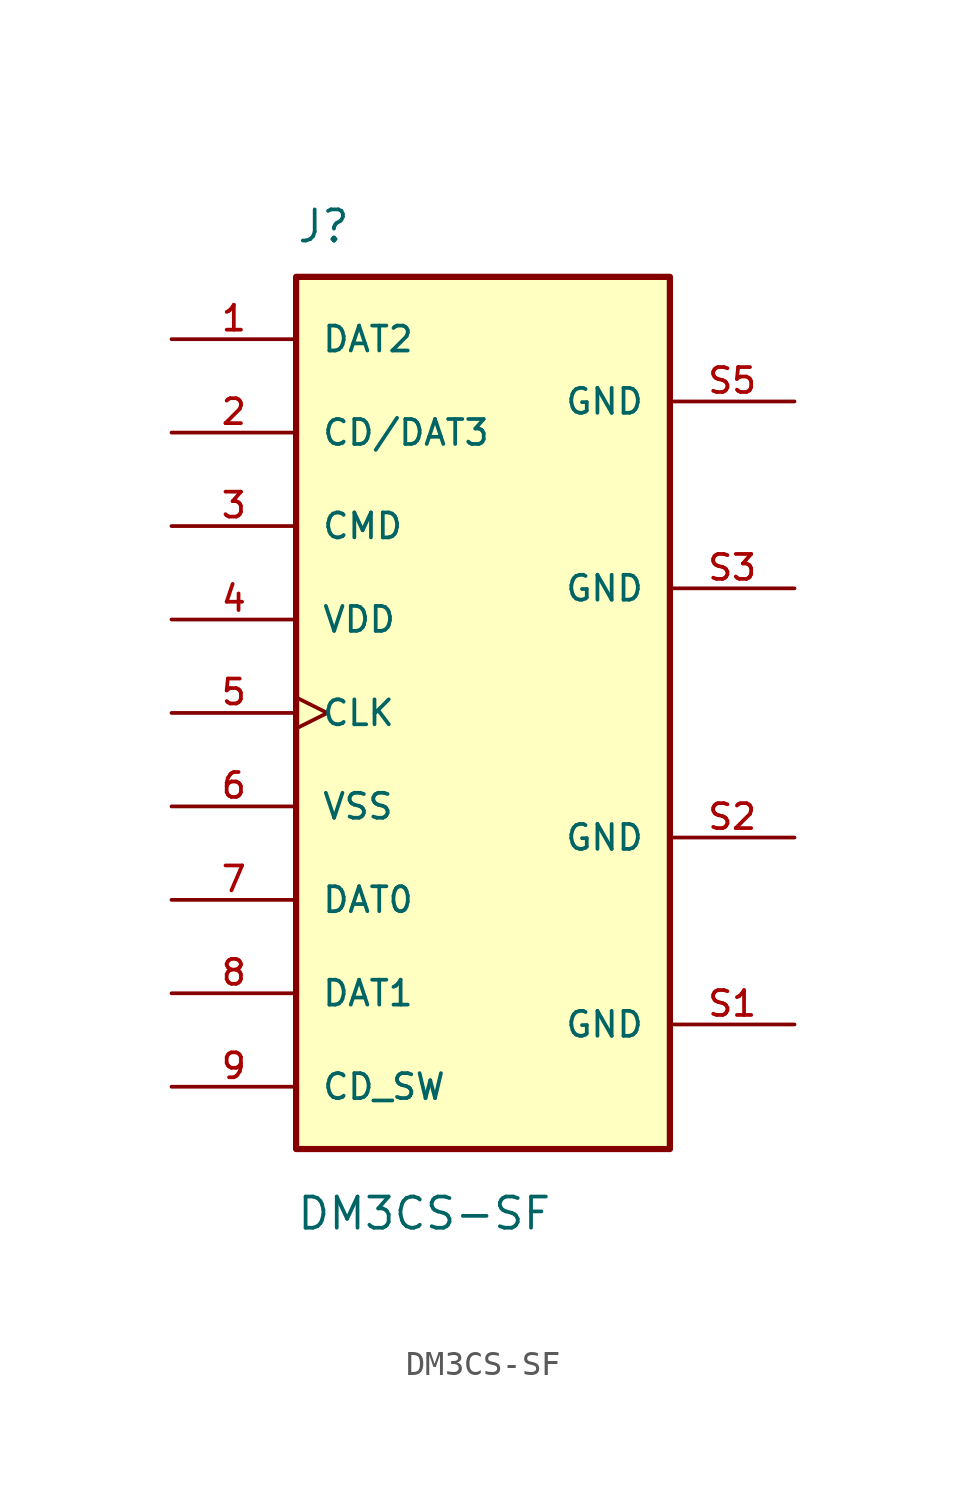
<source format=kicad_sym>
(kicad_symbol_lib
  (version 20241209)
  (generator "kicad_symbol_editor")
  (generator_version "9.0")
  (symbol "DM3CS-SF"
    (pin_names
      (offset 1.016))
    (property "Reference" "J"
      (at -7.628 19.098 0)
      (effects (font (size 1.27 1.27)) (justify left bottom)))
    (property "Value" "DM3CS-SF"
      (at -7.636 -21.151 0)
      (effects (font (size 1.27 1.27)) (justify left bottom)))
    (symbol "DM3CS-SF_0_0"
      (rectangle (start -7.62 -17.78) (end 7.62 17.78) (stroke (width 0.254) (type default)) (fill (type background)))
      (pin passive line (at -12.7 15.24 0) (length 5.08) (name "DAT2" (effects (font (size 1.016 1.016)))) (number "1" (effects (font (size 1.016 1.016)))))
      (pin passive line (at -12.7 11.43 0) (length 5.08) (name "CD/DAT3" (effects (font (size 1.016 1.016)))) (number "2" (effects (font (size 1.016 1.016)))))
      (pin passive line (at -12.7 7.62 0) (length 5.08) (name "CMD" (effects (font (size 1.016 1.016)))) (number "3" (effects (font (size 1.016 1.016)))))
      (pin passive line (at -12.7 3.81 0) (length 5.08) (name "VDD" (effects (font (size 1.016 1.016)))) (number "4" (effects (font (size 1.016 1.016)))))
      (pin passive clock (at -12.7 0 0) (length 5.08) (name "CLK" (effects (font (size 1.016 1.016)))) (number "5" (effects (font (size 1.016 1.016)))))
      (pin passive line (at -12.7 -3.81 0) (length 5.08) (name "VSS" (effects (font (size 1.016 1.016)))) (number "6" (effects (font (size 1.016 1.016)))))
      (pin passive line (at -12.7 -7.62 0) (length 5.08) (name "DAT0" (effects (font (size 1.016 1.016)))) (number "7" (effects (font (size 1.016 1.016)))))
      (pin passive line (at -12.7 -11.43 0) (length 5.08) (name "DAT1" (effects (font (size 1.016 1.016)))) (number "8" (effects (font (size 1.016 1.016)))))
      (pin passive line (at -12.7 -15.24 0) (length 5.08) (name "CD_SW" (effects (font (size 1.016 1.016)))) (number "9" (effects (font (size 1.016 1.016)))))
      (pin passive line (at 12.7 12.7 180) (length 5.08) (name "GND" (effects (font (size 1.016 1.016)))) (number "S5" (effects (font (size 1.016 1.016)))))
      (pin passive line (at 12.7 5.08 180) (length 5.08) (name "GND" (effects (font (size 1.016 1.016)))) (number "S3" (effects (font (size 1.016 1.016)))))
      (pin passive line (at 12.7 -5.08 180) (length 5.08) (name "GND" (effects (font (size 1.016 1.016)))) (number "S2" (effects (font (size 1.016 1.016)))))
      (pin passive line (at 12.7 -12.7 180) (length 5.08) (name "GND" (effects (font (size 1.016 1.016)))) (number "S1" (effects (font (size 1.016 1.016))))))))
</source>
